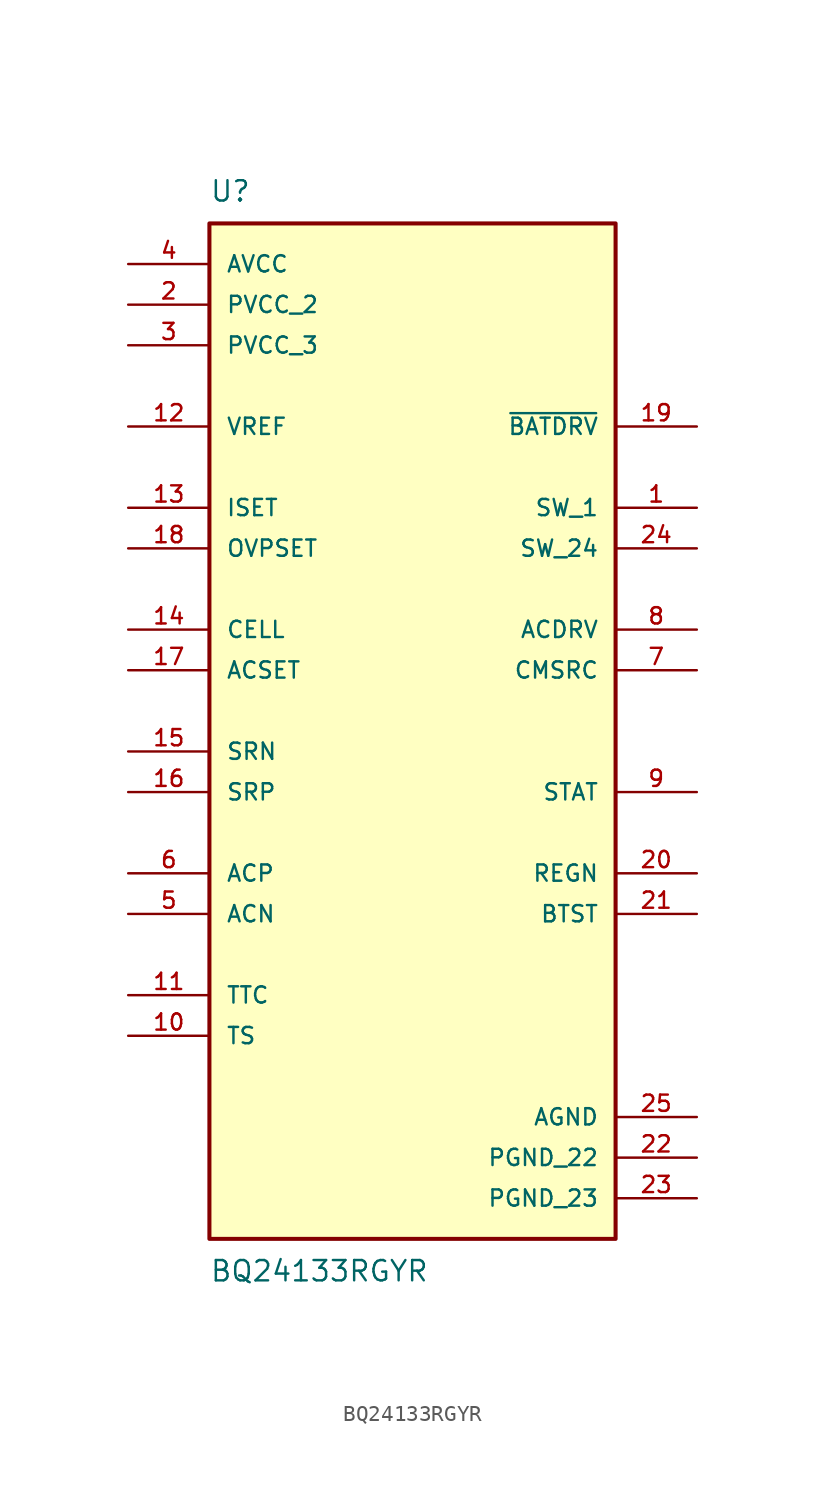
<source format=kicad_sym>
(kicad_symbol_lib
  (version 20211014)
  (generator kicad_symbol_editor)
  (symbol "BQ24133RGYR"
    (pin_names
      (offset 1.016))
    (property "Reference" "U"
      (at -12.7 31.75 0)
      (effects (font (size 1.27 1.27)) (justify bottom left)))
    (property "Value" "BQ24133RGYR"
      (at -12.7 -34.29 0)
      (effects (font (size 1.27 1.27)) (justify top left)))
    (symbol "BQ24133RGYR_0_0"
      (rectangle (start -12.7 -33.02) (end 12.7 30.48) (stroke (width 0.254)) (fill (type background)))
      (pin output line (at 17.78 5.08 180.0) (length 5.08) (name "ACDRV" (effects (font (size 1.016 1.016)))) (number "8" (effects (font (size 1.016 1.016)))))
      (pin input line (at -17.78 -12.7 0) (length 5.08) (name "ACN" (effects (font (size 1.016 1.016)))) (number "5" (effects (font (size 1.016 1.016)))))
      (pin input line (at -17.78 -10.16 0) (length 5.08) (name "ACP" (effects (font (size 1.016 1.016)))) (number "6" (effects (font (size 1.016 1.016)))))
      (pin input line (at -17.78 2.54 0) (length 5.08) (name "ACSET" (effects (font (size 1.016 1.016)))) (number "17" (effects (font (size 1.016 1.016)))))
      (pin power_in line (at 17.78 -25.4 180.0) (length 5.08) (name "AGND" (effects (font (size 1.016 1.016)))) (number "25" (effects (font (size 1.016 1.016)))))
      (pin power_in line (at -17.78 27.94 0) (length 5.08) (name "AVCC" (effects (font (size 1.016 1.016)))) (number "4" (effects (font (size 1.016 1.016)))))
      (pin output line (at 17.78 17.78 180.0) (length 5.08) (name "~{BATDRV}" (effects (font (size 1.016 1.016)))) (number "19" (effects (font (size 1.016 1.016)))))
      (pin passive line (at 17.78 -12.7 180.0) (length 5.08) (name "BTST" (effects (font (size 1.016 1.016)))) (number "21" (effects (font (size 1.016 1.016)))))
      (pin input line (at -17.78 5.08 0) (length 5.08) (name "CELL" (effects (font (size 1.016 1.016)))) (number "14" (effects (font (size 1.016 1.016)))))
      (pin output line (at 17.78 2.54 180.0) (length 5.08) (name "CMSRC" (effects (font (size 1.016 1.016)))) (number "7" (effects (font (size 1.016 1.016)))))
      (pin input line (at -17.78 12.7 0) (length 5.08) (name "ISET" (effects (font (size 1.016 1.016)))) (number "13" (effects (font (size 1.016 1.016)))))
      (pin input line (at -17.78 10.16 0) (length 5.08) (name "OVPSET" (effects (font (size 1.016 1.016)))) (number "18" (effects (font (size 1.016 1.016)))))
      (pin power_in line (at 17.78 -27.94 180.0) (length 5.08) (name "PGND_22" (effects (font (size 1.016 1.016)))) (number "22" (effects (font (size 1.016 1.016)))))
      (pin power_in line (at 17.78 -30.48 180.0) (length 5.08) (name "PGND_23" (effects (font (size 1.016 1.016)))) (number "23" (effects (font (size 1.016 1.016)))))
      (pin power_in line (at -17.78 25.4 0) (length 5.08) (name "PVCC_2" (effects (font (size 1.016 1.016)))) (number "2" (effects (font (size 1.016 1.016)))))
      (pin power_in line (at -17.78 22.86 0) (length 5.08) (name "PVCC_3" (effects (font (size 1.016 1.016)))) (number "3" (effects (font (size 1.016 1.016)))))
      (pin passive line (at 17.78 -10.16 180.0) (length 5.08) (name "REGN" (effects (font (size 1.016 1.016)))) (number "20" (effects (font (size 1.016 1.016)))))
      (pin input line (at -17.78 -2.54 0) (length 5.08) (name "SRN" (effects (font (size 1.016 1.016)))) (number "15" (effects (font (size 1.016 1.016)))))
      (pin output line (at 17.78 -5.08 180.0) (length 5.08) (name "STAT" (effects (font (size 1.016 1.016)))) (number "9" (effects (font (size 1.016 1.016)))))
      (pin output line (at 17.78 12.7 180.0) (length 5.08) (name "SW_1" (effects (font (size 1.016 1.016)))) (number "1" (effects (font (size 1.016 1.016)))))
      (pin output line (at 17.78 10.16 180.0) (length 5.08) (name "SW_24" (effects (font (size 1.016 1.016)))) (number "24" (effects (font (size 1.016 1.016)))))
      (pin input line (at -17.78 -20.32 0) (length 5.08) (name "TS" (effects (font (size 1.016 1.016)))) (number "10" (effects (font (size 1.016 1.016)))))
      (pin input line (at -17.78 -17.78 0) (length 5.08) (name "TTC" (effects (font (size 1.016 1.016)))) (number "11" (effects (font (size 1.016 1.016)))))
      (pin input line (at -17.78 17.78 0) (length 5.08) (name "VREF" (effects (font (size 1.016 1.016)))) (number "12" (effects (font (size 1.016 1.016)))))
      (pin input line (at -17.78 -5.08 0) (length 5.08) (name "SRP" (effects (font (size 1.016 1.016)))) (number "16" (effects (font (size 1.016 1.016))))))))
</source>
